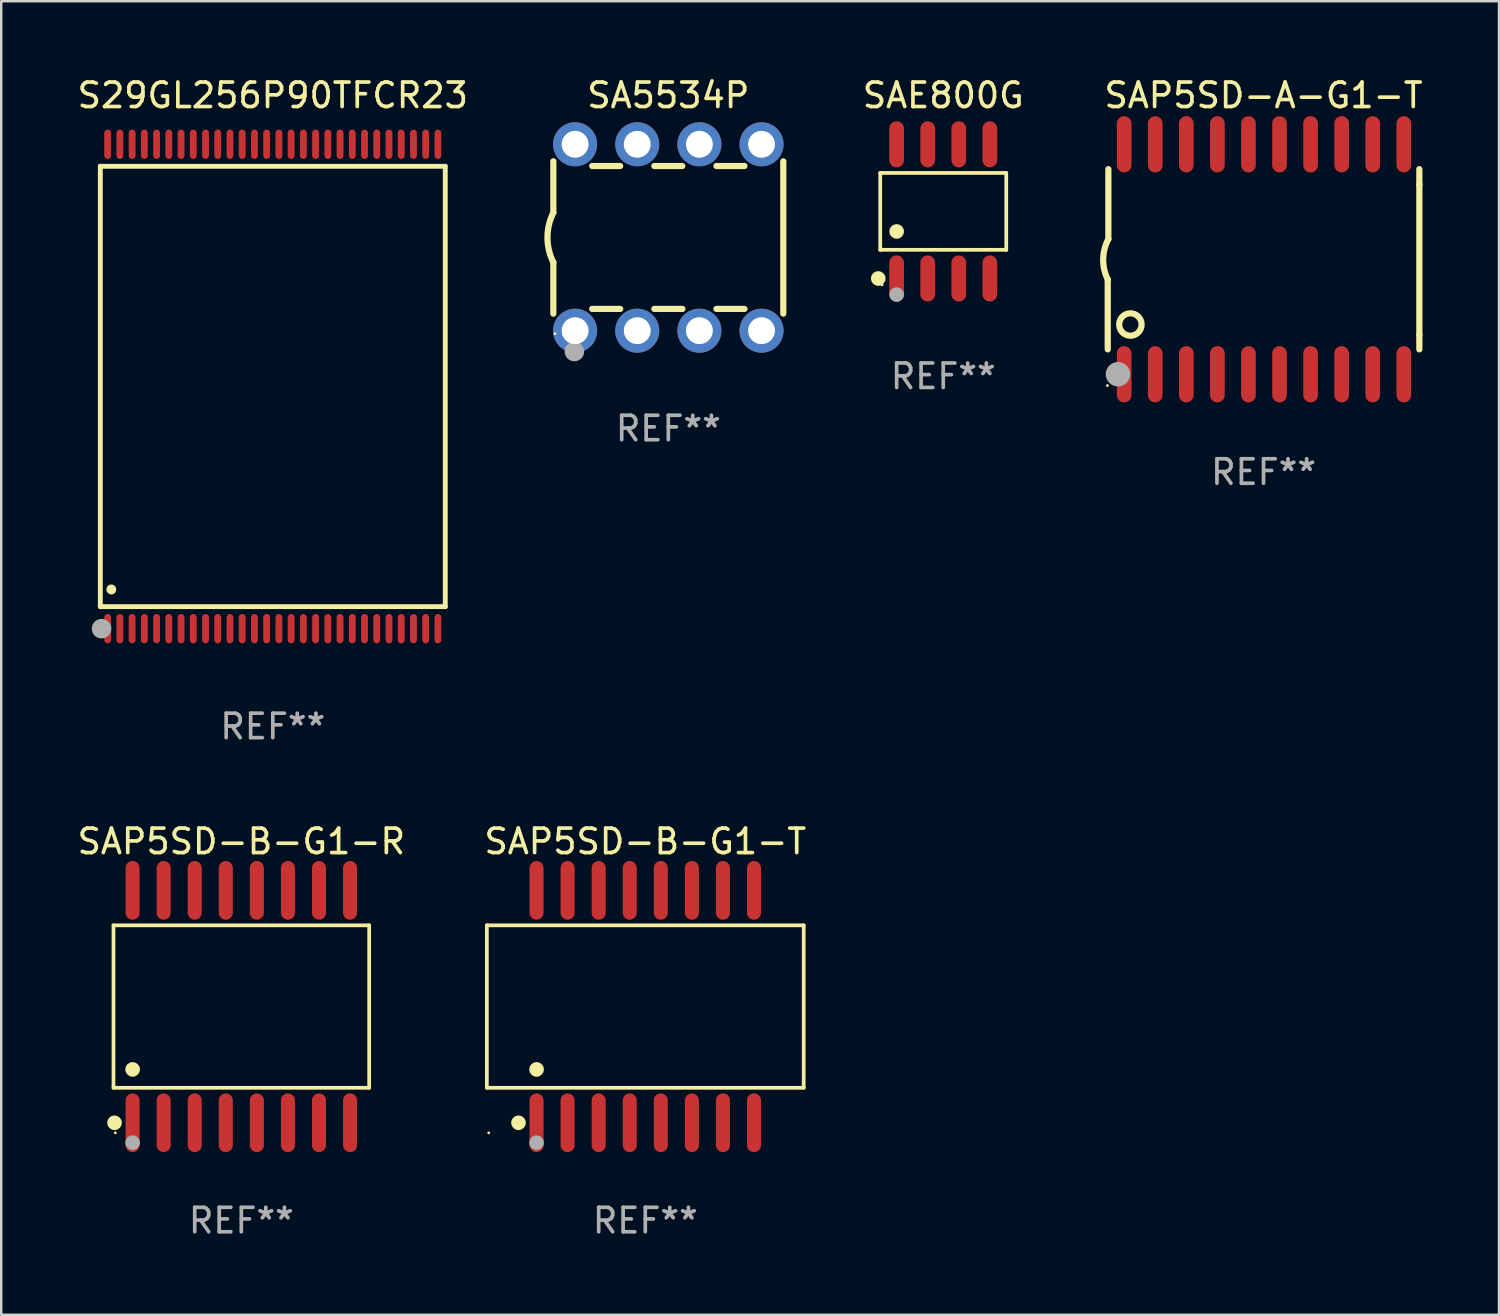
<source format=kicad_pcb>
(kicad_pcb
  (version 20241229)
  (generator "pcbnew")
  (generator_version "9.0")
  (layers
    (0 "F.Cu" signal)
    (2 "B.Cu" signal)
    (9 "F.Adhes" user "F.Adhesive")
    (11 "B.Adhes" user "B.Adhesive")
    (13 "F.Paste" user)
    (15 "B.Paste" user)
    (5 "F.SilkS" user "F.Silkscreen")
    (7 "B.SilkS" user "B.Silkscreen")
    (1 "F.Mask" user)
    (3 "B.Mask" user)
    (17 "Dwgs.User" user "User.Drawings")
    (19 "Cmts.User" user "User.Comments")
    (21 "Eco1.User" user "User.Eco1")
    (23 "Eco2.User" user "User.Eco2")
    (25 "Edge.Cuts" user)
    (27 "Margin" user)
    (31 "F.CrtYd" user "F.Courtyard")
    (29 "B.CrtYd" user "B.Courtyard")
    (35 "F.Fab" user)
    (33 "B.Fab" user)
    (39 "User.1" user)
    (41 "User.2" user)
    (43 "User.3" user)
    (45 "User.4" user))
  (footprint "SAE800G"
    (layer "F.Cu")
    (at 35.507 5.591)
    (property "Reference" "SAE800G" (at 0 -4.742 0) (layer "F.SilkS") (effects (font (size 1 1) (thickness 0.15))))
    (attr through_hole)
    (fp_line (start -2.576 -1.571) (end 2.576 -1.571) (stroke (width 0.152) (type solid)) (layer "F.SilkS"))
    (fp_line (start -2.576 1.571) (end -2.576 -1.571) (stroke (width 0.152) (type solid)) (layer "F.SilkS"))
    (fp_line (start 2.576 -1.571) (end 2.576 1.571) (stroke (width 0.152) (type solid)) (layer "F.SilkS"))
    (fp_line (start 2.576 1.571) (end -2.576 1.571) (stroke (width 0.152) (type solid)) (layer "F.SilkS"))
    (fp_circle (center -2.658 2.742) (end -2.508 2.742) (stroke (width 0.3) (type solid)) (fill no) (layer "F.SilkS"))
    (fp_circle (center -2.5 3) (end -2.47 3) (stroke (width 0.06) (type solid)) (fill no) (layer "F.SilkS"))
    (fp_circle (center -1.905 0.819) (end -1.755 0.819) (stroke (width 0.3) (type solid)) (fill no) (layer "F.SilkS"))
    (fp_circle (center -1.905 3.4) (end -1.755 3.4) (stroke (width 0.3) (type solid)) (fill no) (layer "F.Fab"))
    (fp_text user "REF**" (at 0 6.742 0) (layer "F.Fab") (effects (font (size 1 1) (thickness 0.15))))
    (pad "1" smd oval (at -1.905 2.742) (size 0.602 1.885) (layers "F.Cu" "F.Mask" "F.Paste"))
    (pad "2" smd oval (at -0.635 2.742) (size 0.602 1.885) (layers "F.Cu" "F.Mask" "F.Paste"))
    (pad "3" smd oval (at 0.635 2.742) (size 0.602 1.885) (layers "F.Cu" "F.Mask" "F.Paste"))
    (pad "4" smd oval (at 1.905 2.742) (size 0.602 1.885) (layers "F.Cu" "F.Mask" "F.Paste"))
    (pad "5" smd oval (at 1.905 -2.742) (size 0.602 1.885) (layers "F.Cu" "F.Mask" "F.Paste"))
    (pad "6" smd oval (at 0.635 -2.742) (size 0.602 1.885) (layers "F.Cu" "F.Mask" "F.Paste"))
    (pad "7" smd oval (at -0.635 -2.742) (size 0.602 1.885) (layers "F.Cu" "F.Mask" "F.Paste"))
    (pad "8" smd oval (at -1.905 -2.742) (size 0.602 1.885) (layers "F.Cu" "F.Mask" "F.Paste")))
  (footprint "SA5534P"
    (layer "F.Cu")
    (at 24.269 6.658)
    (property "Reference" "SA5534P" (at 0 -5.81 0) (layer "F.SilkS") (effects (font (size 1 1) (thickness 0.15))))
    (attr through_hole)
    (fp_line (start -4.7 -1.017) (end -4.7 -3.113) (stroke (width 0.254) (type solid)) (layer "F.SilkS"))
    (fp_line (start -4.7 1.015) (end -4.7 3.113) (stroke (width 0.254) (type solid)) (layer "F.SilkS"))
    (fp_line (start -3.113 2.92) (end -1.967 2.92) (stroke (width 0.254) (type solid)) (layer "F.SilkS"))
    (fp_line (start -3.111 -2.922) (end -1.969 -2.922) (stroke (width 0.254) (type solid)) (layer "F.SilkS"))
    (fp_line (start -0.573 2.92) (end 0.573 2.92) (stroke (width 0.254) (type solid)) (layer "F.SilkS"))
    (fp_line (start -0.571 -2.922) (end 0.571 -2.922) (stroke (width 0.254) (type solid)) (layer "F.SilkS"))
    (fp_line (start 1.967 2.92) (end 3.113 2.92) (stroke (width 0.254) (type solid)) (layer "F.SilkS"))
    (fp_line (start 1.969 -2.922) (end 3.111 -2.922) (stroke (width 0.254) (type solid)) (layer "F.SilkS"))
    (fp_line (start 4.7 -3.113) (end 4.7 3.113) (stroke (width 0.254) (type solid)) (layer "F.SilkS"))
    (fp_arc (start -4.7 1.01524) (mid -4.939846 -0.000762) (end -4.7 -1.016764) (stroke (width 0.254001) (type solid)) (layer "F.SilkS"))
    (fp_circle (center -4.636 3.935) (end -4.606 3.935) (stroke (width 0.06) (type solid)) (fill no) (layer "F.SilkS"))
    (fp_circle (center -3.84 4.66) (end -3.64 4.66) (stroke (width 0.4) (type solid)) (fill no) (layer "F.Fab"))
    (fp_text user "REF**" (at 0 7.81 0) (layer "F.Fab") (effects (font (size 1 1) (thickness 0.15))))
    (pad "1" thru_hole circle (at -3.81 3.81) (size 1.8 1.8) (drill 1.1) (layers "*.Cu" "*.Mask"))
    (pad "2" thru_hole circle (at -1.27 3.81) (size 1.8 1.8) (drill 1.1) (layers "*.Cu" "*.Mask"))
    (pad "3" thru_hole circle (at 1.27 3.81) (size 1.8 1.8) (drill 1.1) (layers "*.Cu" "*.Mask"))
    (pad "4" thru_hole circle (at 3.81 3.81) (size 1.8 1.8) (drill 1.1) (layers "*.Cu" "*.Mask"))
    (pad "5" thru_hole circle (at 3.81 -3.81) (size 1.8 1.8) (drill 1.1) (layers "*.Cu" "*.Mask"))
    (pad "6" thru_hole circle (at 1.27 -3.81) (size 1.8 1.8) (drill 1.1) (layers "*.Cu" "*.Mask"))
    (pad "7" thru_hole circle (at -1.27 -3.81) (size 1.8 1.8) (drill 1.1) (layers "*.Cu" "*.Mask"))
    (pad "8" thru_hole circle (at -3.81 -3.81) (size 1.8 1.8) (drill 1.1) (layers "*.Cu" "*.Mask")))
  (footprint "SAP5SD-B-G1-R"
    (layer "F.Cu")
    (at 6.815 38.095)
    (property "Reference" "SAP5SD-B-G1-R" (at 0 -6.75 0) (layer "F.SilkS") (effects (font (size 1 1) (thickness 0.15))))
    (attr through_hole)
    (fp_line (start -5.226 -3.321) (end 5.226 -3.321) (stroke (width 0.152) (type solid)) (layer "F.SilkS"))
    (fp_line (start -5.226 3.321) (end -5.226 -3.321) (stroke (width 0.152) (type solid)) (layer "F.SilkS"))
    (fp_line (start 5.226 -3.321) (end 5.226 3.321) (stroke (width 0.152) (type solid)) (layer "F.SilkS"))
    (fp_line (start 5.226 3.321) (end -5.226 3.321) (stroke (width 0.152) (type solid)) (layer "F.SilkS"))
    (fp_circle (center -5.184 4.75) (end -5.034 4.75) (stroke (width 0.3) (type solid)) (fill no) (layer "F.SilkS"))
    (fp_circle (center -5.15 5.163) (end -5.12 5.163) (stroke (width 0.06) (type solid)) (fill no) (layer "F.SilkS"))
    (fp_circle (center -4.445 2.569) (end -4.295 2.569) (stroke (width 0.3) (type solid)) (fill no) (layer "F.SilkS"))
    (fp_circle (center -4.445 5.563) (end -4.295 5.563) (stroke (width 0.3) (type solid)) (fill no) (layer "F.Fab"))
    (fp_text user "REF**" (at 0 8.75 0) (layer "F.Fab") (effects (font (size 1 1) (thickness 0.15))))
    (pad "1" smd oval (at -4.445 4.75) (size 0.574 2.401) (layers "F.Cu" "F.Mask" "F.Paste"))
    (pad "2" smd oval (at -3.175 4.75) (size 0.574 2.401) (layers "F.Cu" "F.Mask" "F.Paste"))
    (pad "3" smd oval (at -1.905 4.75) (size 0.574 2.401) (layers "F.Cu" "F.Mask" "F.Paste"))
    (pad "4" smd oval (at -0.635 4.75) (size 0.574 2.401) (layers "F.Cu" "F.Mask" "F.Paste"))
    (pad "5" smd oval (at 0.635 4.75) (size 0.574 2.401) (layers "F.Cu" "F.Mask" "F.Paste"))
    (pad "6" smd oval (at 1.905 4.75) (size 0.574 2.401) (layers "F.Cu" "F.Mask" "F.Paste"))
    (pad "7" smd oval (at 3.175 4.75) (size 0.574 2.401) (layers "F.Cu" "F.Mask" "F.Paste"))
    (pad "8" smd oval (at 4.445 4.75) (size 0.574 2.401) (layers "F.Cu" "F.Mask" "F.Paste"))
    (pad "9" smd oval (at 4.445 -4.75) (size 0.574 2.401) (layers "F.Cu" "F.Mask" "F.Paste"))
    (pad "10" smd oval (at 3.175 -4.75) (size 0.574 2.401) (layers "F.Cu" "F.Mask" "F.Paste"))
    (pad "11" smd oval (at 1.905 -4.75) (size 0.574 2.401) (layers "F.Cu" "F.Mask" "F.Paste"))
    (pad "12" smd oval (at 0.635 -4.75) (size 0.574 2.401) (layers "F.Cu" "F.Mask" "F.Paste"))
    (pad "13" smd oval (at -0.635 -4.75) (size 0.574 2.401) (layers "F.Cu" "F.Mask" "F.Paste"))
    (pad "14" smd oval (at -1.905 -4.75) (size 0.574 2.401) (layers "F.Cu" "F.Mask" "F.Paste"))
    (pad "15" smd oval (at -3.175 -4.75) (size 0.574 2.401) (layers "F.Cu" "F.Mask" "F.Paste"))
    (pad "16" smd oval (at -4.445 -4.75) (size 0.574 2.401) (layers "F.Cu" "F.Mask" "F.Paste")))
  (footprint "SAP5SD-A-G1-T"
    (layer "F.Cu")
    (at 48.6 7.548)
    (property "Reference" "SAP5SD-A-G1-T" (at 0 -6.7 0) (layer "F.SilkS") (effects (font (size 1 1) (thickness 0.15))))
    (attr through_hole)
    (fp_line (start -6.369 0.826) (end -6.369 3.683) (stroke (width 0.254) (type solid)) (layer "F.SilkS"))
    (fp_line (start -6.343 -0.825) (end -6.343 -3.683) (stroke (width 0.254) (type solid)) (layer "F.SilkS"))
    (fp_line (start 6.369 -3.048) (end 6.369 -3.683) (stroke (width 0.254) (type solid)) (layer "F.SilkS"))
    (fp_line (start 6.369 -3.048) (end 6.369 3.096) (stroke (width 0.254) (type solid)) (layer "F.SilkS"))
    (fp_line (start 6.369 3.096) (end 6.369 3.683) (stroke (width 0.254) (type solid)) (layer "F.SilkS"))
    (fp_arc (start -6.36853 0.825552) (mid -6.554743 -0.00301) (end -6.343129 -0.825451) (stroke (width 0.254001) (type solid)) (layer "F.SilkS"))
    (fp_circle (center -6.382 5.163) (end -6.352 5.163) (stroke (width 0.06) (type solid)) (fill no) (layer "F.SilkS"))
    (fp_circle (center -5.443 2.667) (end -4.985 2.667) (stroke (width 0.254) (type solid)) (fill no) (layer "F.SilkS"))
    (fp_circle (center -5.951 4.699) (end -5.701 4.699) (stroke (width 0.5) (type solid)) (fill no) (layer "F.Fab"))
    (fp_text user "REF**" (at 0 8.7 0) (layer "F.Fab") (effects (font (size 1 1) (thickness 0.15))))
    (pad "1" smd oval (at -5.697 4.7 180) (size 0.6 2.3) (layers "F.Cu" "F.Mask" "F.Paste"))
    (pad "2" smd oval (at -4.427 4.7 180) (size 0.6 2.3) (layers "F.Cu" "F.Mask" "F.Paste"))
    (pad "3" smd oval (at -3.157 4.7 180) (size 0.6 2.3) (layers "F.Cu" "F.Mask" "F.Paste"))
    (pad "4" smd oval (at -1.887 4.7 180) (size 0.6 2.3) (layers "F.Cu" "F.Mask" "F.Paste"))
    (pad "5" smd oval (at -0.617 4.7 180) (size 0.6 2.3) (layers "F.Cu" "F.Mask" "F.Paste"))
    (pad "6" smd oval (at 0.653 4.7 180) (size 0.6 2.3) (layers "F.Cu" "F.Mask" "F.Paste"))
    (pad "7" smd oval (at 1.923 4.7 180) (size 0.6 2.3) (layers "F.Cu" "F.Mask" "F.Paste"))
    (pad "8" smd oval (at 3.193 4.7 180) (size 0.6 2.3) (layers "F.Cu" "F.Mask" "F.Paste"))
    (pad "9" smd oval (at 4.463 4.7 180) (size 0.6 2.3) (layers "F.Cu" "F.Mask" "F.Paste"))
    (pad "10" smd oval (at 5.734 4.7 180) (size 0.6 2.3) (layers "F.Cu" "F.Mask" "F.Paste"))
    (pad "11" smd oval (at 5.734 -4.7 180) (size 0.6 2.3) (layers "F.Cu" "F.Mask" "F.Paste"))
    (pad "12" smd oval (at 4.463 -4.7 180) (size 0.6 2.3) (layers "F.Cu" "F.Mask" "F.Paste"))
    (pad "13" smd oval (at 3.193 -4.7 180) (size 0.6 2.3) (layers "F.Cu" "F.Mask" "F.Paste"))
    (pad "14" smd oval (at 1.923 -4.7 180) (size 0.6 2.3) (layers "F.Cu" "F.Mask" "F.Paste"))
    (pad "15" smd oval (at 0.653 -4.7 180) (size 0.6 2.3) (layers "F.Cu" "F.Mask" "F.Paste"))
    (pad "16" smd oval (at -0.617 -4.7 180) (size 0.6 2.3) (layers "F.Cu" "F.Mask" "F.Paste"))
    (pad "17" smd oval (at -1.887 -4.7 180) (size 0.6 2.3) (layers "F.Cu" "F.Mask" "F.Paste"))
    (pad "18" smd oval (at -3.157 -4.7 180) (size 0.6 2.3) (layers "F.Cu" "F.Mask" "F.Paste"))
    (pad "19" smd oval (at -4.427 -4.7 180) (size 0.6 2.3) (layers "F.Cu" "F.Mask" "F.Paste"))
    (pad "20" smd oval (at -5.697 -4.7 180) (size 0.6 2.3) (layers "F.Cu" "F.Mask" "F.Paste")))
  (footprint "SAP5SD-B-G1-T"
    (layer "F.Cu")
    (at 23.327 38.095)
    (property "Reference" "SAP5SD-B-G1-T" (at 0 -6.75 0) (layer "F.SilkS") (effects (font (size 1 1) (thickness 0.15))))
    (attr through_hole)
    (fp_line (start -6.476 -3.321) (end 6.476 -3.321) (stroke (width 0.152) (type solid)) (layer "F.SilkS"))
    (fp_line (start -6.476 3.321) (end -6.476 -3.321) (stroke (width 0.152) (type solid)) (layer "F.SilkS"))
    (fp_line (start 6.476 -3.321) (end 6.476 3.321) (stroke (width 0.152) (type solid)) (layer "F.SilkS"))
    (fp_line (start 6.476 3.321) (end -6.476 3.321) (stroke (width 0.152) (type solid)) (layer "F.SilkS"))
    (fp_circle (center -6.4 5.163) (end -6.37 5.163) (stroke (width 0.06) (type solid)) (fill no) (layer "F.SilkS"))
    (fp_circle (center -5.184 4.75) (end -5.034 4.75) (stroke (width 0.3) (type solid)) (fill no) (layer "F.SilkS"))
    (fp_circle (center -4.445 2.569) (end -4.295 2.569) (stroke (width 0.3) (type solid)) (fill no) (layer "F.SilkS"))
    (fp_circle (center -4.445 5.563) (end -4.295 5.563) (stroke (width 0.3) (type solid)) (fill no) (layer "F.Fab"))
    (fp_text user "REF**" (at 0 8.75 0) (layer "F.Fab") (effects (font (size 1 1) (thickness 0.15))))
    (pad "1" smd oval (at -4.445 4.75) (size 0.574 2.401) (layers "F.Cu" "F.Mask" "F.Paste"))
    (pad "2" smd oval (at -3.175 4.75) (size 0.574 2.401) (layers "F.Cu" "F.Mask" "F.Paste"))
    (pad "3" smd oval (at -1.905 4.75) (size 0.574 2.401) (layers "F.Cu" "F.Mask" "F.Paste"))
    (pad "4" smd oval (at -0.635 4.75) (size 0.574 2.401) (layers "F.Cu" "F.Mask" "F.Paste"))
    (pad "5" smd oval (at 0.635 4.75) (size 0.574 2.401) (layers "F.Cu" "F.Mask" "F.Paste"))
    (pad "6" smd oval (at 1.905 4.75) (size 0.574 2.401) (layers "F.Cu" "F.Mask" "F.Paste"))
    (pad "7" smd oval (at 3.175 4.75) (size 0.574 2.401) (layers "F.Cu" "F.Mask" "F.Paste"))
    (pad "8" smd oval (at 4.445 4.75) (size 0.574 2.401) (layers "F.Cu" "F.Mask" "F.Paste"))
    (pad "9" smd oval (at 4.445 -4.75) (size 0.574 2.401) (layers "F.Cu" "F.Mask" "F.Paste"))
    (pad "10" smd oval (at 3.175 -4.75) (size 0.574 2.401) (layers "F.Cu" "F.Mask" "F.Paste"))
    (pad "11" smd oval (at 1.905 -4.75) (size 0.574 2.401) (layers "F.Cu" "F.Mask" "F.Paste"))
    (pad "12" smd oval (at 0.635 -4.75) (size 0.574 2.401) (layers "F.Cu" "F.Mask" "F.Paste"))
    (pad "13" smd oval (at -0.635 -4.75) (size 0.574 2.401) (layers "F.Cu" "F.Mask" "F.Paste"))
    (pad "14" smd oval (at -1.905 -4.75) (size 0.574 2.401) (layers "F.Cu" "F.Mask" "F.Paste"))
    (pad "15" smd oval (at -3.175 -4.75) (size 0.574 2.401) (layers "F.Cu" "F.Mask" "F.Paste"))
    (pad "16" smd oval (at -4.445 -4.75) (size 0.574 2.401) (layers "F.Cu" "F.Mask" "F.Paste")))
  (footprint "S29GL256P90TFCR23"
    (layer "F.Cu")
    (at 8.101 12.748)
    (property "Reference" "S29GL256P90TFCR23" (at 0 -11.9 0) (layer "F.SilkS") (effects (font (size 1 1) (thickness 0.15))))
    (attr through_hole)
    (fp_line (start -7.05 -9) (end 7.05 -9) (stroke (width 0.2) (type solid)) (layer "F.SilkS"))
    (fp_line (start -7.05 9) (end -7.05 -9) (stroke (width 0.2) (type solid)) (layer "F.SilkS"))
    (fp_line (start 7.05 9) (end -7.05 9) (stroke (width 0.2) (type solid)) (layer "F.SilkS"))
    (fp_line (start 7.05 9) (end 7.05 -9) (stroke (width 0.2) (type solid)) (layer "F.SilkS"))
    (fp_arc (start -6.600025 8.300025) (mid -6.600041 8.297485) (end -6.600025 8.294945) (stroke (width 0.4) (type solid)) (layer "F.SilkS"))
    (fp_circle (center -7 10) (end -6.97 10) (stroke (width 0.06) (type solid)) (fill no) (layer "F.SilkS"))
    (fp_circle (center -7 9.9) (end -6.8 9.9) (stroke (width 0.4) (type solid)) (fill no) (layer "F.Fab"))
    (fp_text user "REF**" (at 0 13.9 0) (layer "F.Fab") (effects (font (size 1 1) (thickness 0.15))))
    (pad "1" smd oval (at -6.75 9.9) (size 0.28 1.2) (layers "F.Cu" "F.Mask" "F.Paste"))
    (pad "2" smd oval (at -6.25 9.9) (size 0.28 1.2) (layers "F.Cu" "F.Mask" "F.Paste"))
    (pad "3" smd oval (at -5.75 9.9) (size 0.28 1.2) (layers "F.Cu" "F.Mask" "F.Paste"))
    (pad "4" smd oval (at -5.25 9.9) (size 0.28 1.2) (layers "F.Cu" "F.Mask" "F.Paste"))
    (pad "5" smd oval (at -4.75 9.9) (size 0.28 1.2) (layers "F.Cu" "F.Mask" "F.Paste"))
    (pad "6" smd oval (at -4.25 9.9) (size 0.28 1.2) (layers "F.Cu" "F.Mask" "F.Paste"))
    (pad "7" smd oval (at -3.75 9.9) (size 0.28 1.2) (layers "F.Cu" "F.Mask" "F.Paste"))
    (pad "8" smd oval (at -3.25 9.9) (size 0.28 1.2) (layers "F.Cu" "F.Mask" "F.Paste"))
    (pad "9" smd oval (at -2.75 9.9) (size 0.28 1.2) (layers "F.Cu" "F.Mask" "F.Paste"))
    (pad "10" smd oval (at -2.25 9.9) (size 0.28 1.2) (layers "F.Cu" "F.Mask" "F.Paste"))
    (pad "11" smd oval (at -1.75 9.9) (size 0.28 1.2) (layers "F.Cu" "F.Mask" "F.Paste"))
    (pad "12" smd oval (at -1.25 9.9) (size 0.28 1.2) (layers "F.Cu" "F.Mask" "F.Paste"))
    (pad "13" smd oval (at -0.75 9.9) (size 0.28 1.2) (layers "F.Cu" "F.Mask" "F.Paste"))
    (pad "14" smd oval (at -0.25 9.9) (size 0.28 1.2) (layers "F.Cu" "F.Mask" "F.Paste"))
    (pad "15" smd oval (at 0.25 9.9) (size 0.28 1.2) (layers "F.Cu" "F.Mask" "F.Paste"))
    (pad "16" smd oval (at 0.75 9.9) (size 0.28 1.2) (layers "F.Cu" "F.Mask" "F.Paste"))
    (pad "17" smd oval (at 1.25 9.9) (size 0.28 1.2) (layers "F.Cu" "F.Mask" "F.Paste"))
    (pad "18" smd oval (at 1.75 9.9) (size 0.28 1.2) (layers "F.Cu" "F.Mask" "F.Paste"))
    (pad "19" smd oval (at 2.25 9.9) (size 0.28 1.2) (layers "F.Cu" "F.Mask" "F.Paste"))
    (pad "20" smd oval (at 2.75 9.9) (size 0.28 1.2) (layers "F.Cu" "F.Mask" "F.Paste"))
    (pad "21" smd oval (at 3.25 9.9) (size 0.28 1.2) (layers "F.Cu" "F.Mask" "F.Paste"))
    (pad "22" smd oval (at 3.75 9.9) (size 0.28 1.2) (layers "F.Cu" "F.Mask" "F.Paste"))
    (pad "23" smd oval (at 4.25 9.9) (size 0.28 1.2) (layers "F.Cu" "F.Mask" "F.Paste"))
    (pad "24" smd oval (at 4.75 9.9) (size 0.28 1.2) (layers "F.Cu" "F.Mask" "F.Paste"))
    (pad "25" smd oval (at 5.25 9.9) (size 0.28 1.2) (layers "F.Cu" "F.Mask" "F.Paste"))
    (pad "26" smd oval (at 5.75 9.9) (size 0.28 1.2) (layers "F.Cu" "F.Mask" "F.Paste"))
    (pad "27" smd oval (at 6.25 9.9) (size 0.28 1.2) (layers "F.Cu" "F.Mask" "F.Paste"))
    (pad "28" smd oval (at 6.75 9.9) (size 0.28 1.2) (layers "F.Cu" "F.Mask" "F.Paste"))
    (pad "29" smd oval (at 6.75 -9.9) (size 0.28 1.2) (layers "F.Cu" "F.Mask" "F.Paste"))
    (pad "30" smd oval (at 6.25 -9.9) (size 0.28 1.2) (layers "F.Cu" "F.Mask" "F.Paste"))
    (pad "31" smd oval (at 5.75 -9.9) (size 0.28 1.2) (layers "F.Cu" "F.Mask" "F.Paste"))
    (pad "32" smd oval (at 5.25 -9.9) (size 0.28 1.2) (layers "F.Cu" "F.Mask" "F.Paste"))
    (pad "33" smd oval (at 4.75 -9.9) (size 0.28 1.2) (layers "F.Cu" "F.Mask" "F.Paste"))
    (pad "34" smd oval (at 4.25 -9.9) (size 0.28 1.2) (layers "F.Cu" "F.Mask" "F.Paste"))
    (pad "35" smd oval (at 3.75 -9.9) (size 0.28 1.2) (layers "F.Cu" "F.Mask" "F.Paste"))
    (pad "36" smd oval (at 3.25 -9.9) (size 0.28 1.2) (layers "F.Cu" "F.Mask" "F.Paste"))
    (pad "37" smd oval (at 2.75 -9.9) (size 0.28 1.2) (layers "F.Cu" "F.Mask" "F.Paste"))
    (pad "38" smd oval (at 2.25 -9.9) (size 0.28 1.2) (layers "F.Cu" "F.Mask" "F.Paste"))
    (pad "39" smd oval (at 1.75 -9.9) (size 0.28 1.2) (layers "F.Cu" "F.Mask" "F.Paste"))
    (pad "40" smd oval (at 1.25 -9.9) (size 0.28 1.2) (layers "F.Cu" "F.Mask" "F.Paste"))
    (pad "41" smd oval (at 0.75 -9.9) (size 0.28 1.2) (layers "F.Cu" "F.Mask" "F.Paste"))
    (pad "42" smd oval (at 0.25 -9.9) (size 0.28 1.2) (layers "F.Cu" "F.Mask" "F.Paste"))
    (pad "43" smd oval (at -0.25 -9.9) (size 0.28 1.2) (layers "F.Cu" "F.Mask" "F.Paste"))
    (pad "44" smd oval (at -0.75 -9.9) (size 0.28 1.2) (layers "F.Cu" "F.Mask" "F.Paste"))
    (pad "45" smd oval (at -1.25 -9.9) (size 0.28 1.2) (layers "F.Cu" "F.Mask" "F.Paste"))
    (pad "46" smd oval (at -1.75 -9.9) (size 0.28 1.2) (layers "F.Cu" "F.Mask" "F.Paste"))
    (pad "47" smd oval (at -2.25 -9.9) (size 0.28 1.2) (layers "F.Cu" "F.Mask" "F.Paste"))
    (pad "48" smd oval (at -2.75 -9.9) (size 0.28 1.2) (layers "F.Cu" "F.Mask" "F.Paste"))
    (pad "49" smd oval (at -3.25 -9.9) (size 0.28 1.2) (layers "F.Cu" "F.Mask" "F.Paste"))
    (pad "50" smd oval (at -3.75 -9.9) (size 0.28 1.2) (layers "F.Cu" "F.Mask" "F.Paste"))
    (pad "51" smd oval (at -4.25 -9.9) (size 0.28 1.2) (layers "F.Cu" "F.Mask" "F.Paste"))
    (pad "52" smd oval (at -4.75 -9.9) (size 0.28 1.2) (layers "F.Cu" "F.Mask" "F.Paste"))
    (pad "53" smd oval (at -5.25 -9.9) (size 0.28 1.2) (layers "F.Cu" "F.Mask" "F.Paste"))
    (pad "54" smd oval (at -5.75 -9.9) (size 0.28 1.2) (layers "F.Cu" "F.Mask" "F.Paste"))
    (pad "55" smd oval (at -6.25 -9.9) (size 0.28 1.2) (layers "F.Cu" "F.Mask" "F.Paste"))
    (pad "56" smd oval (at -6.75 -9.9) (size 0.28 1.2) (layers "F.Cu" "F.Mask" "F.Paste")))
  (gr_rect
    (start -3 -3)
    (end 58.225 50.693)
    (stroke (width 0.1) (type default))
    (fill no)
    (layer "Edge.Cuts")))
</source>
